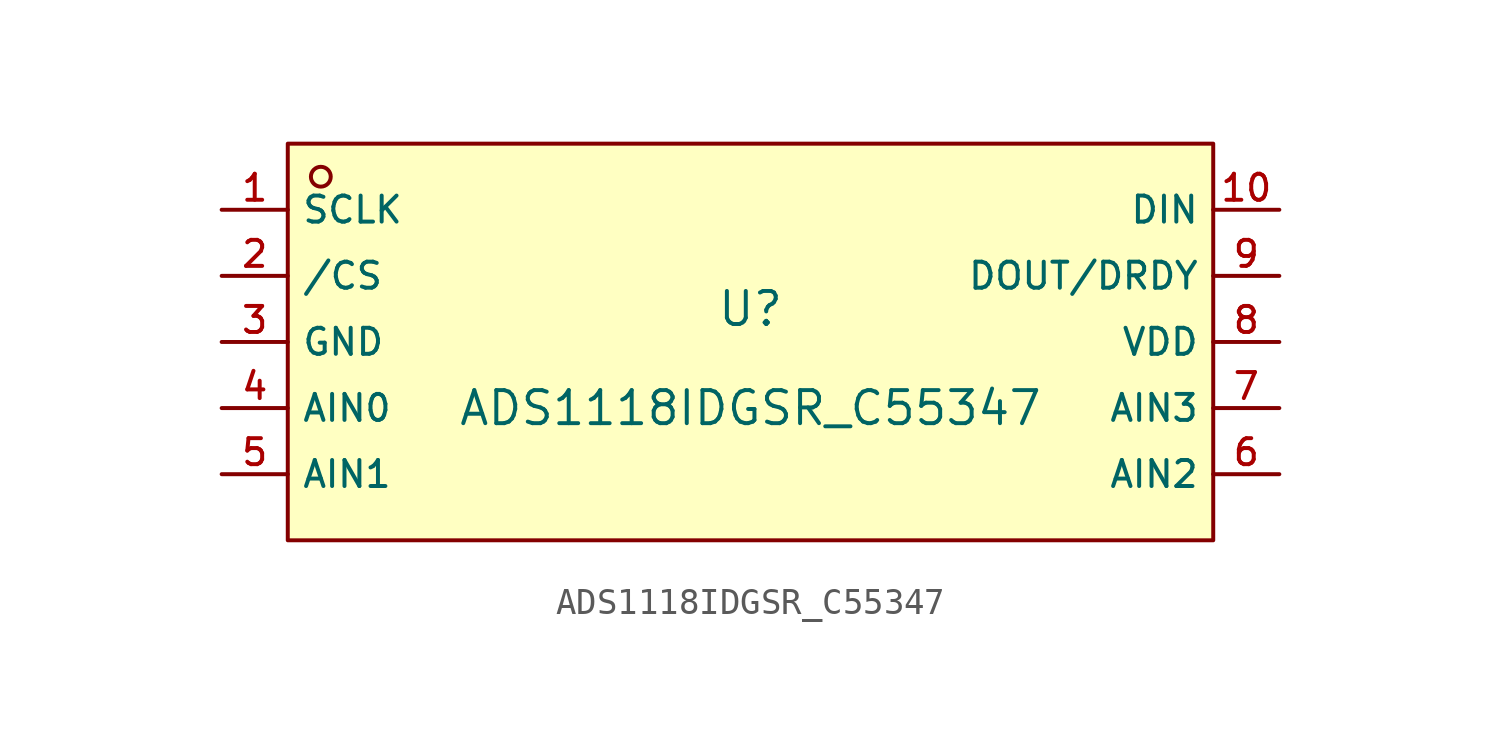
<source format=kicad_sym>
(kicad_symbol_lib
  (version 20210201)
  (generator TousstNicolas/JLC2KiCad_lib)
  (symbol "ADS1118IDGSR_C55347"
    (property "Reference" "U"
      (at 0 1.27 0)
      (effects (font (size 1.27 1.27))))
    (property "Value" "ADS1118IDGSR_C55347"
      (at 0 -2.54 0)
      (effects (font (size 1.27 1.27))))
    (symbol "ADS1118IDGSR_C55347_0_1"
      (rectangle (start -17.78 7.62) (end 17.78 -7.62) (stroke (width 0) (type default) (color 0 0 0 0)) (fill (type background)))
      (circle (center -16.51 6.35) (radius 0.381) (stroke (width 0) (type default) (color 0 0 0 0)) (fill (type background)))
      (pin unspecified line (at -20.32 5.08 0) (length 2.54) (name "SCLK" (effects (font (size 1 1)))) (number "1" (effects (font (size 1 1)))))
      (pin unspecified line (at -20.32 2.54 0) (length 2.54) (name "/CS" (effects (font (size 1 1)))) (number "2" (effects (font (size 1 1)))))
      (pin unspecified line (at -20.32 -0.0 0) (length 2.54) (name "GND" (effects (font (size 1 1)))) (number "3" (effects (font (size 1 1)))))
      (pin unspecified line (at -20.32 -2.54 0) (length 2.54) (name "AIN0" (effects (font (size 1 1)))) (number "4" (effects (font (size 1 1)))))
      (pin unspecified line (at -20.32 -5.08 0) (length 2.54) (name "AIN1" (effects (font (size 1 1)))) (number "5" (effects (font (size 1 1)))))
      (pin unspecified line (at 20.32 -5.08 180) (length 2.54) (name "AIN2" (effects (font (size 1 1)))) (number "6" (effects (font (size 1 1)))))
      (pin unspecified line (at 20.32 -2.54 180) (length 2.54) (name "AIN3" (effects (font (size 1 1)))) (number "7" (effects (font (size 1 1)))))
      (pin unspecified line (at 20.32 -0.0 180) (length 2.54) (name "VDD" (effects (font (size 1 1)))) (number "8" (effects (font (size 1 1)))))
      (pin unspecified line (at 20.32 2.54 180) (length 2.54) (name "DOUT/DRDY" (effects (font (size 1 1)))) (number "9" (effects (font (size 1 1)))))
      (pin unspecified line (at 20.32 5.08 180) (length 2.54) (name "DIN" (effects (font (size 1 1)))) (number "10" (effects (font (size 1 1))))))))
</source>
